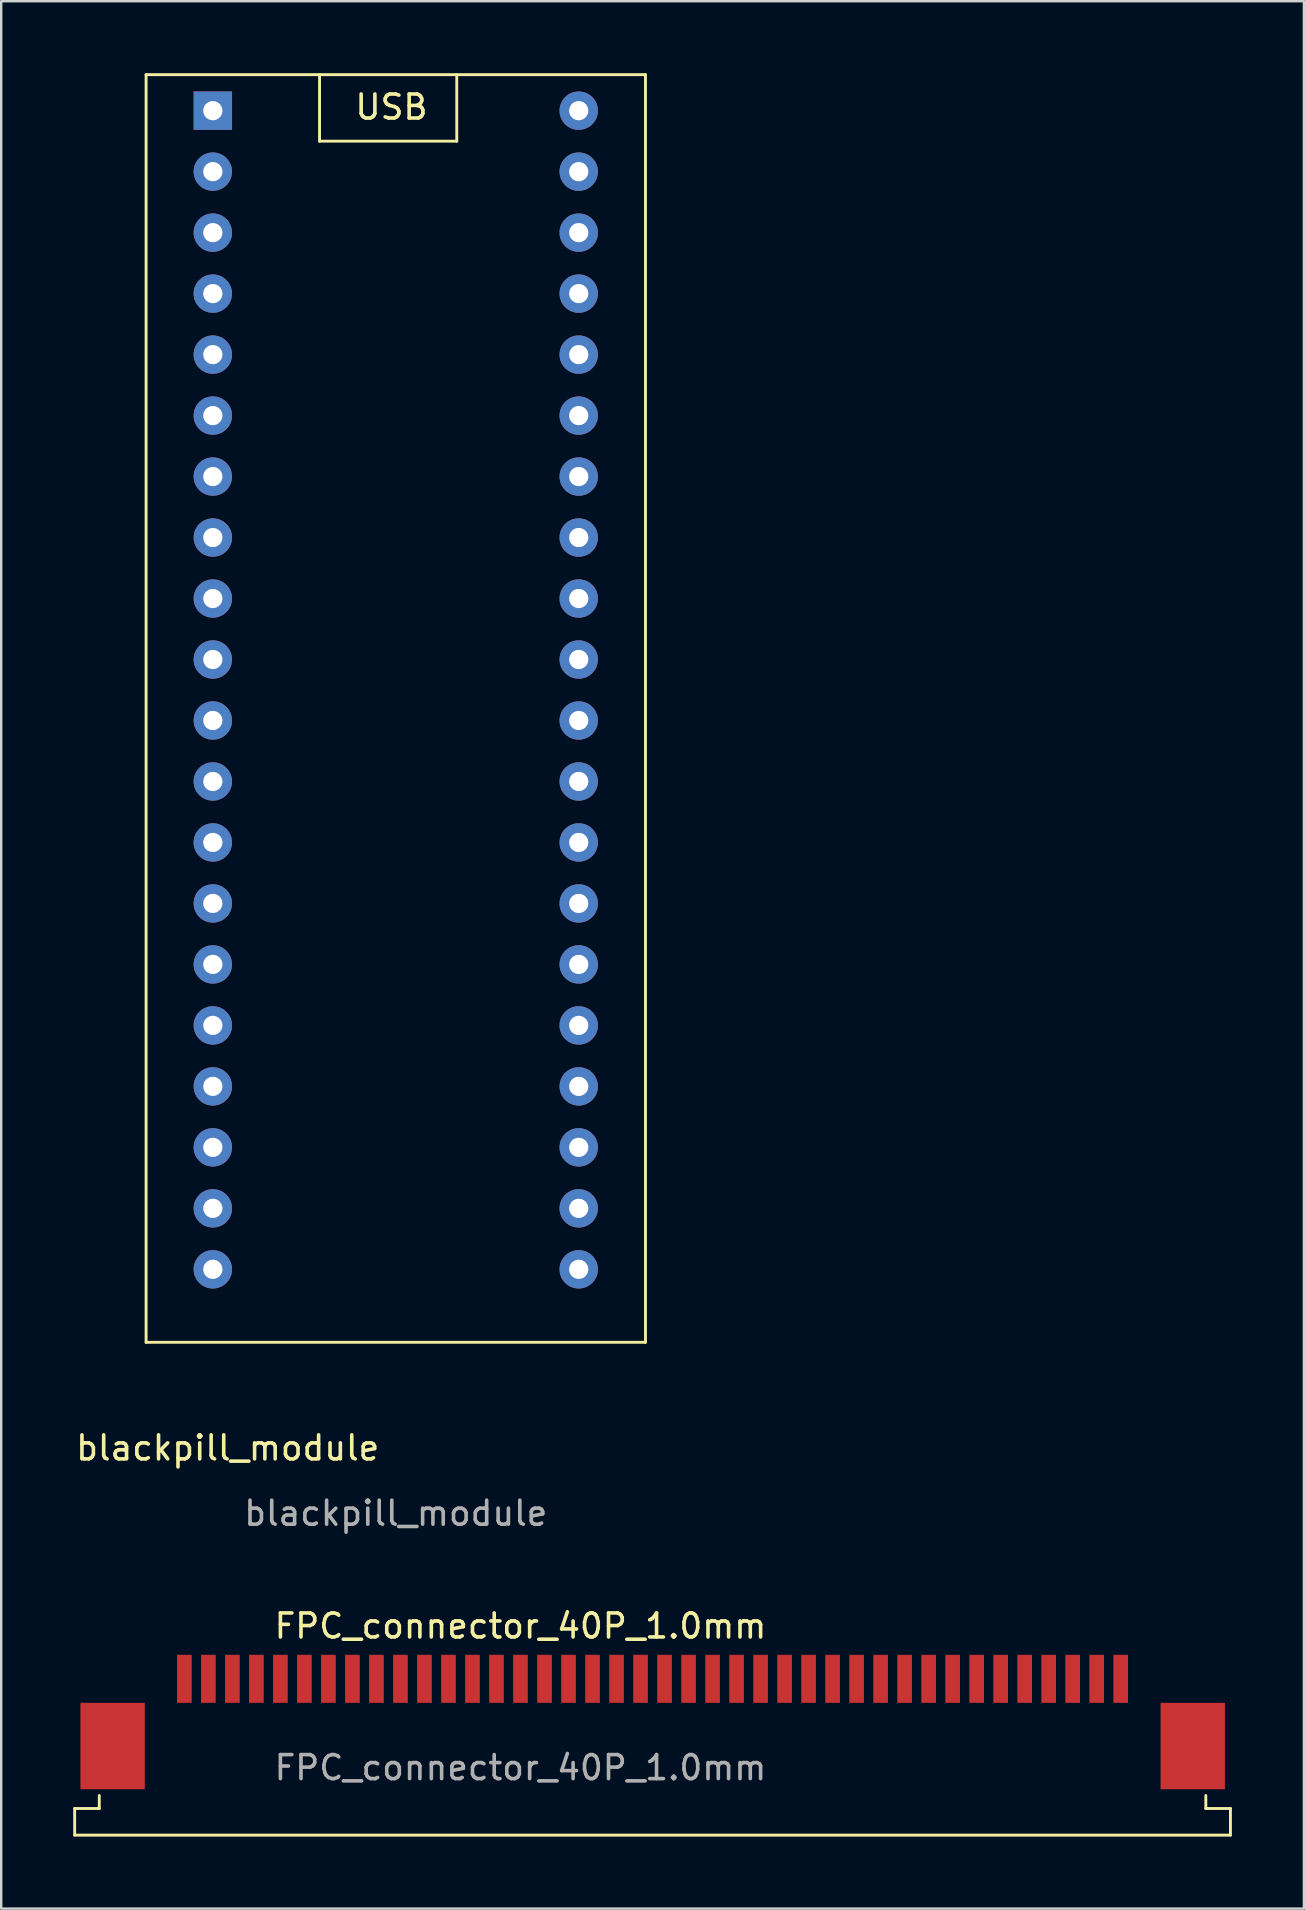
<source format=kicad_pcb>
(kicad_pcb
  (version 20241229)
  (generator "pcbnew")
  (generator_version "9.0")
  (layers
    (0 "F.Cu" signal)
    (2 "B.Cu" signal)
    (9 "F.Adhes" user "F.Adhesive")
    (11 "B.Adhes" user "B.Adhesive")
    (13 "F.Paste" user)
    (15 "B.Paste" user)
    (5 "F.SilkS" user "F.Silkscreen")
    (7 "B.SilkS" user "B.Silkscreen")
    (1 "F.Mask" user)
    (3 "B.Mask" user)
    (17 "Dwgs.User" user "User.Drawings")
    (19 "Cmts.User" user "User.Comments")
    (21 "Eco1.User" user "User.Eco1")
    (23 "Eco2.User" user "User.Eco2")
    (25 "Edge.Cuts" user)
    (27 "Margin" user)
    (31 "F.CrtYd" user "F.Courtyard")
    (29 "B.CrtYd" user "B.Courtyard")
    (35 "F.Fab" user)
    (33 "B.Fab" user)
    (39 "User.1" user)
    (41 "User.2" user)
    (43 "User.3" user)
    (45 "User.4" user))
  (footprint "blackpill_module"
    (layer "F.Cu")
    (at 13.435 1.56)
    (property "Reference" "blackpill_module" (at -7 55.7 0) (layer "F.SilkS") (effects (font (size 1 1) (thickness 0.15))))
    (attr through_hole)
    (fp_line (start -10.4 -1.5) (end 10.4 -1.5) (stroke (width 0.12) (type solid)) (layer "F.SilkS"))
    (fp_line (start -10.4 51.3) (end -10.4 -1.5) (stroke (width 0.12) (type solid)) (layer "F.SilkS"))
    (fp_line (start -3.175 -1.5) (end -3.175 1.27) (stroke (width 0.12) (type solid)) (layer "F.SilkS"))
    (fp_line (start -3.175 1.27) (end 2.54 1.27) (stroke (width 0.12) (type solid)) (layer "F.SilkS"))
    (fp_line (start 2.54 1.27) (end 2.54 -1.5) (stroke (width 0.12) (type solid)) (layer "F.SilkS"))
    (fp_line (start 10.4 -1.5) (end 10.4 51.3) (stroke (width 0.12) (type solid)) (layer "F.SilkS"))
    (fp_line (start 10.4 51.3) (end -10.4 51.3) (stroke (width 0.12) (type solid)) (layer "F.SilkS"))
    (fp_text user "USB" (at -0.18 -0.15 0) (layer "F.SilkS") (effects (font (size 1 1) (thickness 0.15))))
    (fp_text user "${REFERENCE}" (at 0 58.42 0) (layer "F.Fab") (effects (font (size 1 1) (thickness 0.15))))
    (pad "1" thru_hole rect (at -7.62 0) (size 1.6 1.6) (drill 0.8) (layers "*.Cu" "*.Mask"))
    (pad "2" thru_hole oval (at -7.62 2.54) (size 1.6 1.6) (drill 0.8) (layers "*.Cu" "*.Mask"))
    (pad "3" thru_hole oval (at -7.62 5.08) (size 1.6 1.6) (drill 0.8) (layers "*.Cu" "*.Mask"))
    (pad "4" thru_hole oval (at -7.62 7.62) (size 1.6 1.6) (drill 0.8) (layers "*.Cu" "*.Mask"))
    (pad "5" thru_hole oval (at -7.62 10.16) (size 1.6 1.6) (drill 0.8) (layers "*.Cu" "*.Mask"))
    (pad "6" thru_hole oval (at -7.62 12.7) (size 1.6 1.6) (drill 0.8) (layers "*.Cu" "*.Mask"))
    (pad "7" thru_hole oval (at -7.62 15.24) (size 1.6 1.6) (drill 0.8) (layers "*.Cu" "*.Mask"))
    (pad "8" thru_hole oval (at -7.62 17.78) (size 1.6 1.6) (drill 0.8) (layers "*.Cu" "*.Mask"))
    (pad "9" thru_hole oval (at -7.62 20.32) (size 1.6 1.6) (drill 0.8) (layers "*.Cu" "*.Mask"))
    (pad "10" thru_hole oval (at -7.62 22.86) (size 1.6 1.6) (drill 0.8) (layers "*.Cu" "*.Mask"))
    (pad "11" thru_hole oval (at -7.62 25.4) (size 1.6 1.6) (drill 0.8) (layers "*.Cu" "*.Mask"))
    (pad "12" thru_hole oval (at -7.62 27.94) (size 1.6 1.6) (drill 0.8) (layers "*.Cu" "*.Mask"))
    (pad "13" thru_hole oval (at -7.62 30.48) (size 1.6 1.6) (drill 0.8) (layers "*.Cu" "*.Mask"))
    (pad "14" thru_hole oval (at -7.62 33.02) (size 1.6 1.6) (drill 0.8) (layers "*.Cu" "*.Mask"))
    (pad "15" thru_hole oval (at -7.62 35.56) (size 1.6 1.6) (drill 0.8) (layers "*.Cu" "*.Mask"))
    (pad "16" thru_hole oval (at -7.62 38.1) (size 1.6 1.6) (drill 0.8) (layers "*.Cu" "*.Mask"))
    (pad "17" thru_hole oval (at -7.62 40.64) (size 1.6 1.6) (drill 0.8) (layers "*.Cu" "*.Mask"))
    (pad "18" thru_hole oval (at -7.62 43.18) (size 1.6 1.6) (drill 0.8) (layers "*.Cu" "*.Mask"))
    (pad "19" thru_hole oval (at -7.62 45.72) (size 1.6 1.6) (drill 0.8) (layers "*.Cu" "*.Mask"))
    (pad "20" thru_hole oval (at -7.62 48.26) (size 1.6 1.6) (drill 0.8) (layers "*.Cu" "*.Mask"))
    (pad "21" thru_hole oval (at 7.62 48.26) (size 1.6 1.6) (drill 0.8) (layers "*.Cu" "*.Mask"))
    (pad "22" thru_hole oval (at 7.62 45.72) (size 1.6 1.6) (drill 0.8) (layers "*.Cu" "*.Mask"))
    (pad "23" thru_hole oval (at 7.62 43.18) (size 1.6 1.6) (drill 0.8) (layers "*.Cu" "*.Mask"))
    (pad "24" thru_hole oval (at 7.62 40.64) (size 1.6 1.6) (drill 0.8) (layers "*.Cu" "*.Mask"))
    (pad "25" thru_hole oval (at 7.62 38.1) (size 1.6 1.6) (drill 0.8) (layers "*.Cu" "*.Mask"))
    (pad "26" thru_hole oval (at 7.62 35.56) (size 1.6 1.6) (drill 0.8) (layers "*.Cu" "*.Mask"))
    (pad "27" thru_hole oval (at 7.62 33.02) (size 1.6 1.6) (drill 0.8) (layers "*.Cu" "*.Mask"))
    (pad "28" thru_hole oval (at 7.62 30.48) (size 1.6 1.6) (drill 0.8) (layers "*.Cu" "*.Mask"))
    (pad "29" thru_hole oval (at 7.62 27.94) (size 1.6 1.6) (drill 0.8) (layers "*.Cu" "*.Mask"))
    (pad "30" thru_hole oval (at 7.62 25.4) (size 1.6 1.6) (drill 0.8) (layers "*.Cu" "*.Mask"))
    (pad "31" thru_hole oval (at 7.62 22.86) (size 1.6 1.6) (drill 0.8) (layers "*.Cu" "*.Mask"))
    (pad "32" thru_hole oval (at 7.62 20.32) (size 1.6 1.6) (drill 0.8) (layers "*.Cu" "*.Mask"))
    (pad "33" thru_hole oval (at 7.62 17.78) (size 1.6 1.6) (drill 0.8) (layers "*.Cu" "*.Mask"))
    (pad "34" thru_hole oval (at 7.62 15.24) (size 1.6 1.6) (drill 0.8) (layers "*.Cu" "*.Mask"))
    (pad "35" thru_hole oval (at 7.62 12.7) (size 1.6 1.6) (drill 0.8) (layers "*.Cu" "*.Mask"))
    (pad "36" thru_hole oval (at 7.62 10.16) (size 1.6 1.6) (drill 0.8) (layers "*.Cu" "*.Mask"))
    (pad "37" thru_hole oval (at 7.62 7.62) (size 1.6 1.6) (drill 0.8) (layers "*.Cu" "*.Mask"))
    (pad "38" thru_hole oval (at 7.62 5.08) (size 1.6 1.6) (drill 0.8) (layers "*.Cu" "*.Mask"))
    (pad "39" thru_hole oval (at 7.62 2.54) (size 1.6 1.6) (drill 0.8) (layers "*.Cu" "*.Mask"))
    (pad "40" thru_hole oval (at 7.62 0) (size 1.6 1.6) (drill 0.8) (layers "*.Cu" "*.Mask")))
  (footprint "FPC_connector_40P_1.0mm"
    (layer "F.Cu")
    (at 18.63 68.677)
    (property "Reference" "FPC_connector_40P_1.0mm" (at 0 -4 0) (layer "F.SilkS") (effects (font (size 1 1) (thickness 0.15))))
    (attr smd)
    (fp_line (start -18.57 3.6) (end -17.545 3.6) (stroke (width 0.12) (type solid)) (layer "F.SilkS"))
    (fp_line (start -18.57 4.71) (end -18.57 3.6) (stroke (width 0.12) (type solid)) (layer "F.SilkS"))
    (fp_line (start -17.545 3.6) (end -17.545 3.06) (stroke (width 0.12) (type solid)) (layer "F.SilkS"))
    (fp_line (start 28.545 3.06) (end 28.545 3.6) (stroke (width 0.12) (type solid)) (layer "F.SilkS"))
    (fp_line (start 28.545 3.6) (end 29.57 3.6) (stroke (width 0.12) (type solid)) (layer "F.SilkS"))
    (fp_line (start 29.57 3.6) (end 29.57 4.71) (stroke (width 0.12) (type solid)) (layer "F.SilkS"))
    (fp_line (start 29.57 4.71) (end -18.57 4.71) (stroke (width 0.12) (type solid)) (layer "F.SilkS"))
    (fp_text user "${REFERENCE}" (at 0 1.9 0) (layer "F.Fab") (effects (font (size 1 1) (thickness 0.15))))
    (pad "1" smd rect (at -14 -1.8) (size 0.61 2) (layers "F.Cu" "F.Mask" "F.Paste"))
    (pad "2" smd rect (at -13 -1.8) (size 0.61 2) (layers "F.Cu" "F.Mask" "F.Paste"))
    (pad "3" smd rect (at -12 -1.8) (size 0.61 2) (layers "F.Cu" "F.Mask" "F.Paste"))
    (pad "4" smd rect (at -11 -1.8) (size 0.61 2) (layers "F.Cu" "F.Mask" "F.Paste"))
    (pad "5" smd rect (at -10 -1.8) (size 0.61 2) (layers "F.Cu" "F.Mask" "F.Paste"))
    (pad "6" smd rect (at -9 -1.8) (size 0.61 2) (layers "F.Cu" "F.Mask" "F.Paste"))
    (pad "7" smd rect (at -8 -1.8) (size 0.61 2) (layers "F.Cu" "F.Mask" "F.Paste"))
    (pad "8" smd rect (at -7 -1.8) (size 0.61 2) (layers "F.Cu" "F.Mask" "F.Paste"))
    (pad "9" smd rect (at -6 -1.8) (size 0.61 2) (layers "F.Cu" "F.Mask" "F.Paste"))
    (pad "10" smd rect (at -5 -1.8) (size 0.61 2) (layers "F.Cu" "F.Mask" "F.Paste"))
    (pad "11" smd rect (at -4 -1.8) (size 0.61 2) (layers "F.Cu" "F.Mask" "F.Paste"))
    (pad "12" smd rect (at -3 -1.8) (size 0.61 2) (layers "F.Cu" "F.Mask" "F.Paste"))
    (pad "13" smd rect (at -2 -1.8) (size 0.61 2) (layers "F.Cu" "F.Mask" "F.Paste"))
    (pad "14" smd rect (at -1 -1.8) (size 0.61 2) (layers "F.Cu" "F.Mask" "F.Paste"))
    (pad "15" smd rect (at 0 -1.8) (size 0.61 2) (layers "F.Cu" "F.Mask" "F.Paste"))
    (pad "16" smd rect (at 1 -1.8) (size 0.61 2) (layers "F.Cu" "F.Mask" "F.Paste"))
    (pad "17" smd rect (at 2 -1.8) (size 0.61 2) (layers "F.Cu" "F.Mask" "F.Paste"))
    (pad "18" smd rect (at 3 -1.8) (size 0.61 2) (layers "F.Cu" "F.Mask" "F.Paste"))
    (pad "19" smd rect (at 4 -1.8) (size 0.61 2) (layers "F.Cu" "F.Mask" "F.Paste"))
    (pad "20" smd rect (at 5 -1.8) (size 0.61 2) (layers "F.Cu" "F.Mask" "F.Paste"))
    (pad "21" smd rect (at 6 -1.8) (size 0.61 2) (layers "F.Cu" "F.Mask" "F.Paste"))
    (pad "22" smd rect (at 7 -1.8) (size 0.61 2) (layers "F.Cu" "F.Mask" "F.Paste"))
    (pad "23" smd rect (at 8 -1.8) (size 0.61 2) (layers "F.Cu" "F.Mask" "F.Paste"))
    (pad "24" smd rect (at 9 -1.8) (size 0.61 2) (layers "F.Cu" "F.Mask" "F.Paste"))
    (pad "25" smd rect (at 10 -1.8) (size 0.61 2) (layers "F.Cu" "F.Mask" "F.Paste"))
    (pad "26" smd rect (at 11 -1.8) (size 0.61 2) (layers "F.Cu" "F.Mask" "F.Paste"))
    (pad "27" smd rect (at 12 -1.8) (size 0.61 2) (layers "F.Cu" "F.Mask" "F.Paste"))
    (pad "28" smd rect (at 13 -1.8) (size 0.61 2) (layers "F.Cu" "F.Mask" "F.Paste"))
    (pad "29" smd rect (at 14 -1.8) (size 0.61 2) (layers "F.Cu" "F.Mask" "F.Paste"))
    (pad "30" smd rect (at 15 -1.8) (size 0.61 2) (layers "F.Cu" "F.Mask" "F.Paste"))
    (pad "31" smd rect (at 16 -1.8) (size 0.61 2) (layers "F.Cu" "F.Mask" "F.Paste"))
    (pad "32" smd rect (at 17 -1.8) (size 0.61 2) (layers "F.Cu" "F.Mask" "F.Paste"))
    (pad "33" smd rect (at 18 -1.8) (size 0.61 2) (layers "F.Cu" "F.Mask" "F.Paste"))
    (pad "34" smd rect (at 19 -1.8) (size 0.61 2) (layers "F.Cu" "F.Mask" "F.Paste"))
    (pad "35" smd rect (at 20 -1.8) (size 0.61 2) (layers "F.Cu" "F.Mask" "F.Paste"))
    (pad "36" smd rect (at 21 -1.8) (size 0.61 2) (layers "F.Cu" "F.Mask" "F.Paste"))
    (pad "37" smd rect (at 22 -1.8) (size 0.61 2) (layers "F.Cu" "F.Mask" "F.Paste"))
    (pad "38" smd rect (at 23 -1.8) (size 0.61 2) (layers "F.Cu" "F.Mask" "F.Paste"))
    (pad "39" smd rect (at 24 -1.8) (size 0.61 2) (layers "F.Cu" "F.Mask" "F.Paste"))
    (pad "40" smd rect (at 25 -1.8) (size 0.61 2) (layers "F.Cu" "F.Mask" "F.Paste"))
    (pad "MP" smd rect (at -16.99 1) (size 2.68 3.6) (layers "F.Cu" "F.Mask" "F.Paste"))
    (pad "MP" smd rect (at 28 1) (size 2.68 3.6) (layers "F.Cu" "F.Mask" "F.Paste")))
  (gr_rect
    (start -3 -3)
    (end 51.26 76.447)
    (stroke (width 0.1) (type default))
    (fill no)
    (layer "Edge.Cuts")))
</source>
